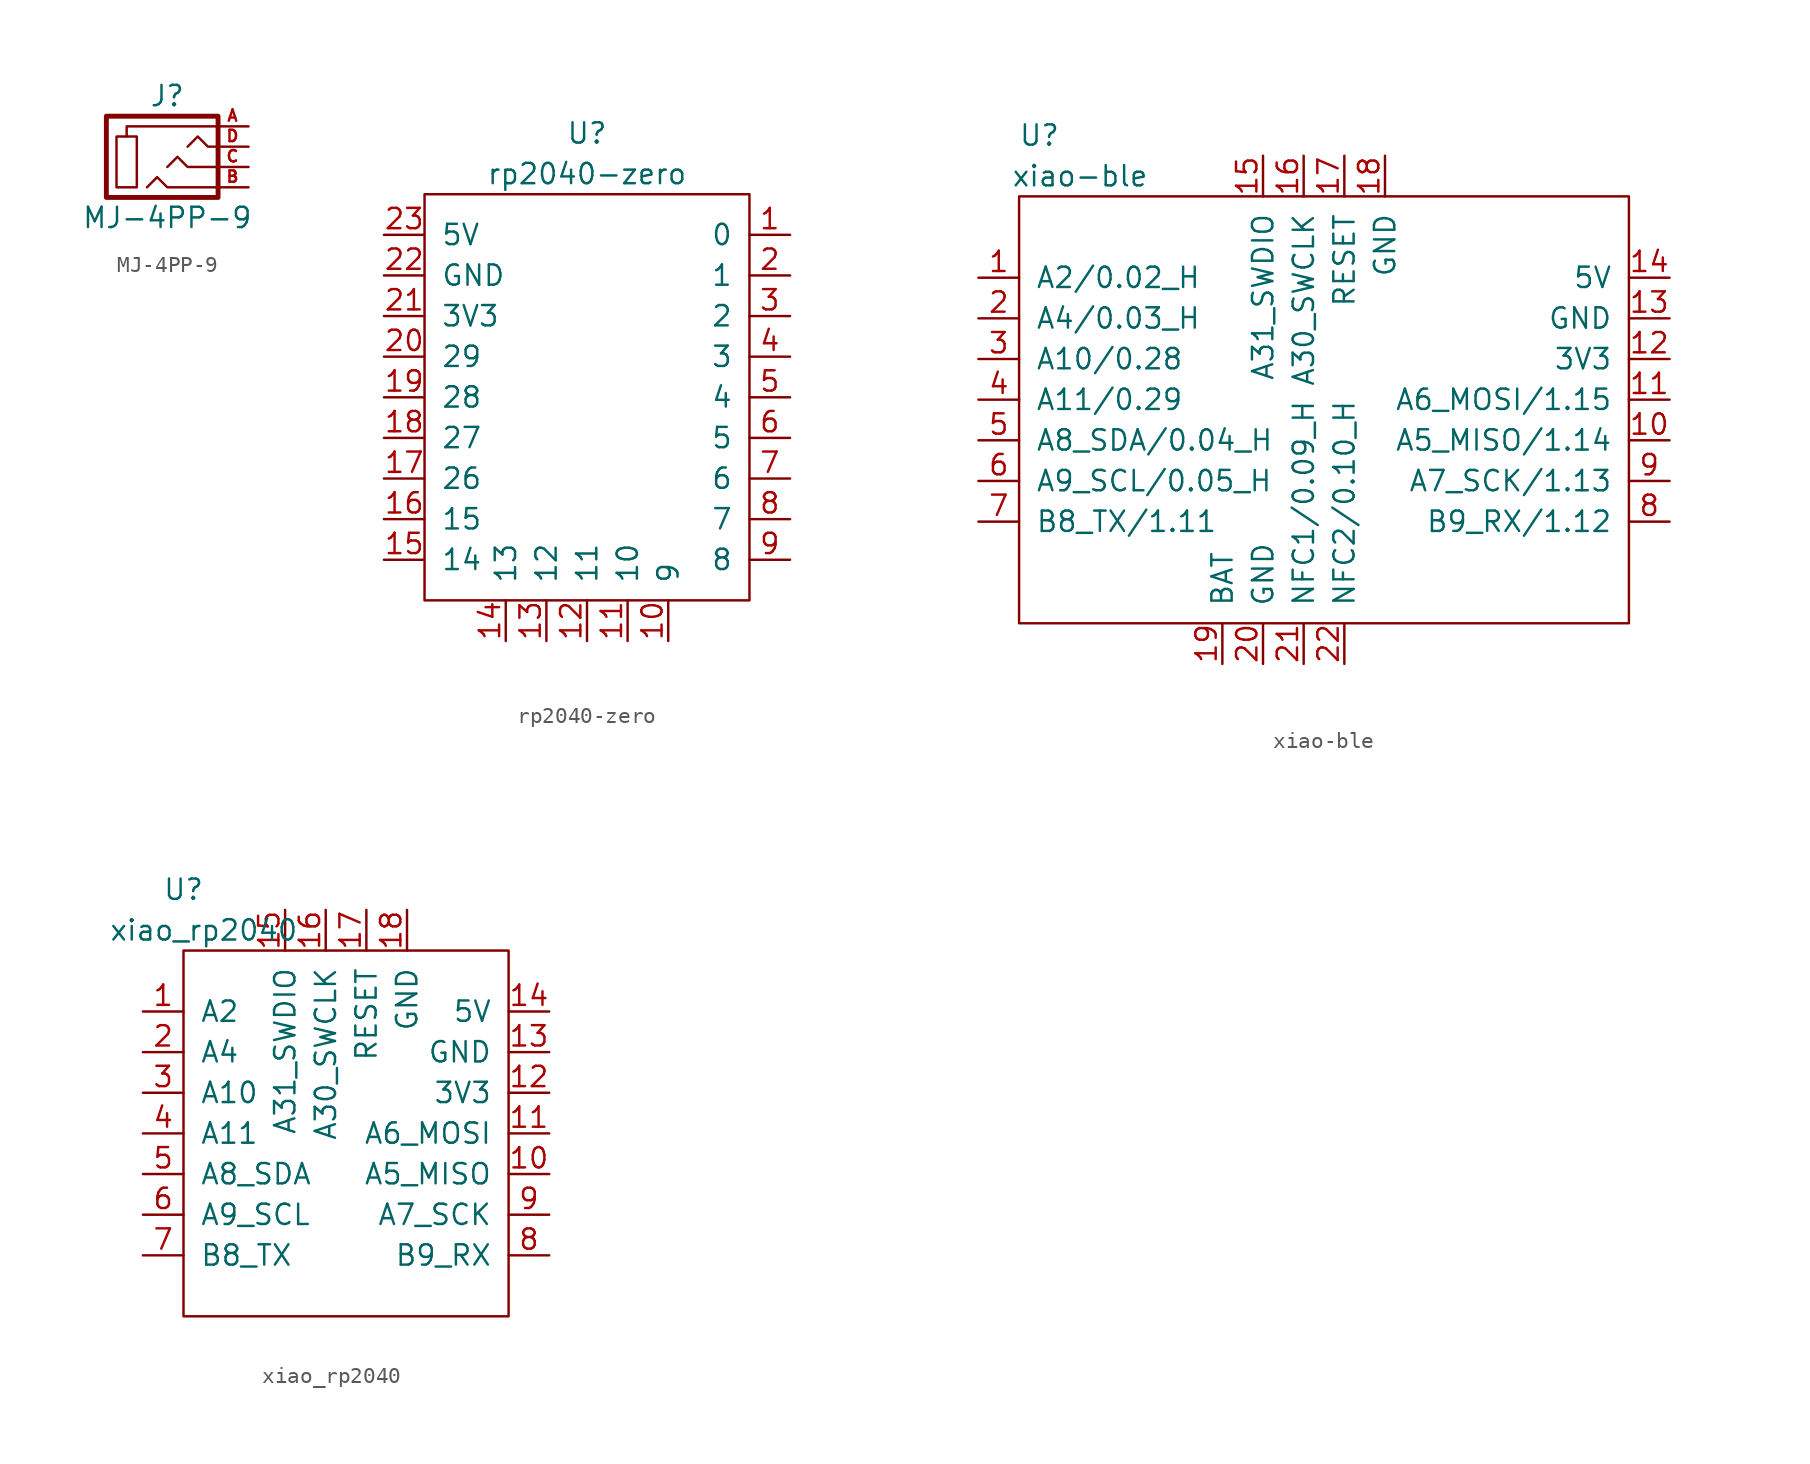
<source format=kicad_sym>
(kicad_symbol_lib
  (version 20220914)
  (generator kicad_symbol_editor)
  (symbol "MJ-4PP-9"
    (pin_names
      (offset 1.016))
    (property "Reference" "J"
      (at 0 3.81 0)
      (effects (font (size 1.27 1.27))))
    (property "Value" "MJ-4PP-9"
      (at 0 -3.81 0)
      (effects (font (size 1.27 1.27))))
    (symbol "MJ-4PP-9_0_1"
      (rectangle (start -1.905 -1.905) (end -3.175 1.27) (stroke (width 0) (type default)) (fill (type none)))
      (polyline (pts (xy -2.54 1.27) (xy -2.54 1.905) (xy 3.175 1.905)) (stroke (width 0) (type default)) (fill (type none)))
      (polyline (pts (xy -1.27 -1.905) (xy -0.635 -1.27) (xy 0 -1.905) (xy 3.175 -1.905)) (stroke (width 0) (type default)) (fill (type none)))
      (polyline (pts (xy 0 -0.635) (xy 0.635 0) (xy 1.27 -0.635) (xy 3.175 -0.635)) (stroke (width 0) (type default)) (fill (type none)))
      (polyline (pts (xy 1.27 0.635) (xy 1.905 1.27) (xy 2.54 0.635) (xy 3.175 0.635)) (stroke (width 0) (type default)) (fill (type none)))
      (rectangle (start 3.175 2.54) (end -3.81 -2.54) (stroke (width 0.305) (type default)) (fill (type none))))
    (symbol "MJ-4PP-9_1_1"
      (pin input line (at 5.08 1.905 180) (length 2.007) (name "~" (effects (font (size 0.508 0.508)))) (number "A" (effects (font (size 0.711 0.711)))))
      (pin input line (at 5.08 -1.905 180) (length 2.007) (name "~" (effects (font (size 0.508 0.508)))) (number "B" (effects (font (size 0.711 0.711)))))
      (pin input line (at 5.08 -0.635 180) (length 2.007) (name "~" (effects (font (size 0.508 0.508)))) (number "C" (effects (font (size 0.711 0.711)))))
      (pin input line (at 5.08 0.635 180) (length 2.007) (name "~" (effects (font (size 0.508 0.508)))) (number "D" (effects (font (size 0.711 0.711)))))))
  (symbol "rp2040-zero"
    (pin_names
      (offset 1.016))
    (property "Reference" "U"
      (at 0 15.24 0)
      (effects (font (size 1.27 1.27))))
    (property "Value" "rp2040-zero"
      (at 0 12.7 0)
      (effects (font (size 1.27 1.27))))
    (symbol "rp2040-zero_0_1"
      (rectangle (start -10.16 11.43) (end 10.16 -13.97) (stroke (width 0) (type default)) (fill (type none))))
    (symbol "rp2040-zero_1_1"
      (pin bidirectional line (at 12.7 8.89 180) (length 2.54) (name "0" (effects (font (size 1.27 1.27)))) (number "1" (effects (font (size 1.27 1.27)))))
      (pin bidirectional line (at 5.08 -16.51 90) (length 2.54) (name "9" (effects (font (size 1.27 1.27)))) (number "10" (effects (font (size 1.27 1.27)))))
      (pin bidirectional line (at 2.54 -16.51 90) (length 2.54) (name "10" (effects (font (size 1.27 1.27)))) (number "11" (effects (font (size 1.27 1.27)))))
      (pin bidirectional line (at 0 -16.51 90) (length 2.54) (name "11" (effects (font (size 1.27 1.27)))) (number "12" (effects (font (size 1.27 1.27)))))
      (pin bidirectional line (at -2.54 -16.51 90) (length 2.54) (name "12" (effects (font (size 1.27 1.27)))) (number "13" (effects (font (size 1.27 1.27)))))
      (pin bidirectional line (at -5.08 -16.51 90) (length 2.54) (name "13" (effects (font (size 1.27 1.27)))) (number "14" (effects (font (size 1.27 1.27)))))
      (pin bidirectional line (at -12.7 -11.43 0) (length 2.54) (name "14" (effects (font (size 1.27 1.27)))) (number "15" (effects (font (size 1.27 1.27)))))
      (pin bidirectional line (at -12.7 -8.89 0) (length 2.54) (name "15" (effects (font (size 1.27 1.27)))) (number "16" (effects (font (size 1.27 1.27)))))
      (pin bidirectional line (at -12.7 -6.35 0) (length 2.54) (name "26" (effects (font (size 1.27 1.27)))) (number "17" (effects (font (size 1.27 1.27)))))
      (pin bidirectional line (at -12.7 -3.81 0) (length 2.54) (name "27" (effects (font (size 1.27 1.27)))) (number "18" (effects (font (size 1.27 1.27)))))
      (pin bidirectional line (at -12.7 -1.27 0) (length 2.54) (name "28" (effects (font (size 1.27 1.27)))) (number "19" (effects (font (size 1.27 1.27)))))
      (pin bidirectional line (at 12.7 6.35 180) (length 2.54) (name "1" (effects (font (size 1.27 1.27)))) (number "2" (effects (font (size 1.27 1.27)))))
      (pin bidirectional line (at -12.7 1.27 0) (length 2.54) (name "29" (effects (font (size 1.27 1.27)))) (number "20" (effects (font (size 1.27 1.27)))))
      (pin power_out line (at -12.7 3.81 0) (length 2.54) (name "3V3" (effects (font (size 1.27 1.27)))) (number "21" (effects (font (size 1.27 1.27)))))
      (pin power_out line (at -12.7 6.35 0) (length 2.54) (name "GND" (effects (font (size 1.27 1.27)))) (number "22" (effects (font (size 1.27 1.27)))))
      (pin power_out line (at -12.7 8.89 0) (length 2.54) (name "5V" (effects (font (size 1.27 1.27)))) (number "23" (effects (font (size 1.27 1.27)))))
      (pin bidirectional line (at 12.7 3.81 180) (length 2.54) (name "2" (effects (font (size 1.27 1.27)))) (number "3" (effects (font (size 1.27 1.27)))))
      (pin bidirectional line (at 12.7 1.27 180) (length 2.54) (name "3" (effects (font (size 1.27 1.27)))) (number "4" (effects (font (size 1.27 1.27)))))
      (pin bidirectional line (at 12.7 -1.27 180) (length 2.54) (name "4" (effects (font (size 1.27 1.27)))) (number "5" (effects (font (size 1.27 1.27)))))
      (pin bidirectional line (at 12.7 -3.81 180) (length 2.54) (name "5" (effects (font (size 1.27 1.27)))) (number "6" (effects (font (size 1.27 1.27)))))
      (pin bidirectional line (at 12.7 -6.35 180) (length 2.54) (name "6" (effects (font (size 1.27 1.27)))) (number "7" (effects (font (size 1.27 1.27)))))
      (pin bidirectional line (at 12.7 -8.89 180) (length 2.54) (name "7" (effects (font (size 1.27 1.27)))) (number "8" (effects (font (size 1.27 1.27)))))
      (pin bidirectional line (at 12.7 -11.43 180) (length 2.54) (name "8" (effects (font (size 1.27 1.27)))) (number "9" (effects (font (size 1.27 1.27)))))))
  (symbol "xiao-ble"
    (pin_names
      (offset 1.016))
    (property "Reference" "U"
      (at -17.78 16.51 0)
      (effects (font (size 1.27 1.27))))
    (property "Value" "xiao-ble"
      (at -15.24 13.97 0)
      (effects (font (size 1.27 1.27))))
    (symbol "xiao-ble_0_1"
      (rectangle (start -19.05 12.7) (end 19.05 -13.97) (stroke (width 0) (type default)) (fill (type none))))
    (symbol "xiao-ble_1_1"
      (pin bidirectional line (at -21.59 7.62 0) (length 2.54) (name "A2/0.02_H" (effects (font (size 1.27 1.27)))) (number "1" (effects (font (size 1.27 1.27)))))
      (pin bidirectional line (at 21.59 -2.54 180) (length 2.54) (name "A5_MISO/1.14" (effects (font (size 1.27 1.27)))) (number "10" (effects (font (size 1.27 1.27)))))
      (pin bidirectional line (at 21.59 0 180) (length 2.54) (name "A6_MOSI/1.15" (effects (font (size 1.27 1.27)))) (number "11" (effects (font (size 1.27 1.27)))))
      (pin power_out line (at 21.59 2.54 180) (length 2.54) (name "3V3" (effects (font (size 1.27 1.27)))) (number "12" (effects (font (size 1.27 1.27)))))
      (pin power_out line (at 21.59 5.08 180) (length 2.54) (name "GND" (effects (font (size 1.27 1.27)))) (number "13" (effects (font (size 1.27 1.27)))))
      (pin power_out line (at 21.59 7.62 180) (length 2.54) (name "5V" (effects (font (size 1.27 1.27)))) (number "14" (effects (font (size 1.27 1.27)))))
      (pin input line (at -3.81 15.24 270) (length 2.54) (name "A31_SWDIO" (effects (font (size 1.27 1.27)))) (number "15" (effects (font (size 1.27 1.27)))))
      (pin input line (at -1.27 15.24 270) (length 2.54) (name "A30_SWCLK" (effects (font (size 1.27 1.27)))) (number "16" (effects (font (size 1.27 1.27)))))
      (pin input line (at 1.27 15.24 270) (length 2.54) (name "RESET" (effects (font (size 1.27 1.27)))) (number "17" (effects (font (size 1.27 1.27)))))
      (pin power_out line (at 3.81 15.24 270) (length 2.54) (name "GND" (effects (font (size 1.27 1.27)))) (number "18" (effects (font (size 1.27 1.27)))))
      (pin bidirectional line (at -6.35 -16.51 90) (length 2.54) (name "BAT" (effects (font (size 1.27 1.27)))) (number "19" (effects (font (size 1.27 1.27)))))
      (pin bidirectional line (at -21.59 5.08 0) (length 2.54) (name "A4/0.03_H" (effects (font (size 1.27 1.27)))) (number "2" (effects (font (size 1.27 1.27)))))
      (pin power_out line (at -3.81 -16.51 90) (length 2.54) (name "GND" (effects (font (size 1.27 1.27)))) (number "20" (effects (font (size 1.27 1.27)))))
      (pin bidirectional line (at -1.27 -16.51 90) (length 2.54) (name "NFC1/0.09_H" (effects (font (size 1.27 1.27)))) (number "21" (effects (font (size 1.27 1.27)))))
      (pin bidirectional line (at 1.27 -16.51 90) (length 2.54) (name "NFC2/0.10_H" (effects (font (size 1.27 1.27)))) (number "22" (effects (font (size 1.27 1.27)))))
      (pin bidirectional line (at -21.59 2.54 0) (length 2.54) (name "A10/0.28" (effects (font (size 1.27 1.27)))) (number "3" (effects (font (size 1.27 1.27)))))
      (pin bidirectional line (at -21.59 0 0) (length 2.54) (name "A11/0.29" (effects (font (size 1.27 1.27)))) (number "4" (effects (font (size 1.27 1.27)))))
      (pin bidirectional line (at -21.59 -2.54 0) (length 2.54) (name "A8_SDA/0.04_H" (effects (font (size 1.27 1.27)))) (number "5" (effects (font (size 1.27 1.27)))))
      (pin bidirectional line (at -21.59 -5.08 0) (length 2.54) (name "A9_SCL/0.05_H" (effects (font (size 1.27 1.27)))) (number "6" (effects (font (size 1.27 1.27)))))
      (pin bidirectional line (at -21.59 -7.62 0) (length 2.54) (name "B8_TX/1.11" (effects (font (size 1.27 1.27)))) (number "7" (effects (font (size 1.27 1.27)))))
      (pin bidirectional line (at 21.59 -7.62 180) (length 2.54) (name "B9_RX/1.12" (effects (font (size 1.27 1.27)))) (number "8" (effects (font (size 1.27 1.27)))))
      (pin bidirectional line (at 21.59 -5.08 180) (length 2.54) (name "A7_SCK/1.13" (effects (font (size 1.27 1.27)))) (number "9" (effects (font (size 1.27 1.27)))))))
  (symbol "xiao_rp2040"
    (pin_names
      (offset 1.016))
    (property "Reference" "U"
      (at -10.16 15.24 0)
      (effects (font (size 1.27 1.27))))
    (property "Value" "xiao_rp2040"
      (at -8.89 12.7 0)
      (effects (font (size 1.27 1.27))))
    (symbol "xiao_rp2040_0_1"
      (rectangle (start -10.16 11.43) (end 10.16 -11.43) (stroke (width 0) (type default)) (fill (type none))))
    (symbol "xiao_rp2040_1_1"
      (pin bidirectional line (at -12.7 7.62 0) (length 2.54) (name "A2" (effects (font (size 1.27 1.27)))) (number "1" (effects (font (size 1.27 1.27)))))
      (pin bidirectional line (at 12.7 -2.54 180) (length 2.54) (name "A5_MISO" (effects (font (size 1.27 1.27)))) (number "10" (effects (font (size 1.27 1.27)))))
      (pin bidirectional line (at 12.7 0 180) (length 2.54) (name "A6_MOSI" (effects (font (size 1.27 1.27)))) (number "11" (effects (font (size 1.27 1.27)))))
      (pin power_out line (at 12.7 2.54 180) (length 2.54) (name "3V3" (effects (font (size 1.27 1.27)))) (number "12" (effects (font (size 1.27 1.27)))))
      (pin power_out line (at 12.7 5.08 180) (length 2.54) (name "GND" (effects (font (size 1.27 1.27)))) (number "13" (effects (font (size 1.27 1.27)))))
      (pin power_out line (at 12.7 7.62 180) (length 2.54) (name "5V" (effects (font (size 1.27 1.27)))) (number "14" (effects (font (size 1.27 1.27)))))
      (pin input line (at -3.81 13.97 270) (length 2.54) (name "A31_SWDIO" (effects (font (size 1.27 1.27)))) (number "15" (effects (font (size 1.27 1.27)))))
      (pin input line (at -1.27 13.97 270) (length 2.54) (name "A30_SWCLK" (effects (font (size 1.27 1.27)))) (number "16" (effects (font (size 1.27 1.27)))))
      (pin input line (at 1.27 13.97 270) (length 2.54) (name "RESET" (effects (font (size 1.27 1.27)))) (number "17" (effects (font (size 1.27 1.27)))))
      (pin power_out line (at 3.81 13.97 270) (length 2.54) (name "GND" (effects (font (size 1.27 1.27)))) (number "18" (effects (font (size 1.27 1.27)))))
      (pin bidirectional line (at -12.7 5.08 0) (length 2.54) (name "A4" (effects (font (size 1.27 1.27)))) (number "2" (effects (font (size 1.27 1.27)))))
      (pin bidirectional line (at -12.7 2.54 0) (length 2.54) (name "A10" (effects (font (size 1.27 1.27)))) (number "3" (effects (font (size 1.27 1.27)))))
      (pin bidirectional line (at -12.7 0 0) (length 2.54) (name "A11" (effects (font (size 1.27 1.27)))) (number "4" (effects (font (size 1.27 1.27)))))
      (pin bidirectional line (at -12.7 -2.54 0) (length 2.54) (name "A8_SDA" (effects (font (size 1.27 1.27)))) (number "5" (effects (font (size 1.27 1.27)))))
      (pin bidirectional line (at -12.7 -5.08 0) (length 2.54) (name "A9_SCL" (effects (font (size 1.27 1.27)))) (number "6" (effects (font (size 1.27 1.27)))))
      (pin bidirectional line (at -12.7 -7.62 0) (length 2.54) (name "B8_TX" (effects (font (size 1.27 1.27)))) (number "7" (effects (font (size 1.27 1.27)))))
      (pin bidirectional line (at 12.7 -7.62 180) (length 2.54) (name "B9_RX" (effects (font (size 1.27 1.27)))) (number "8" (effects (font (size 1.27 1.27)))))
      (pin bidirectional line (at 12.7 -5.08 180) (length 2.54) (name "A7_SCK" (effects (font (size 1.27 1.27)))) (number "9" (effects (font (size 1.27 1.27))))))))
</source>
